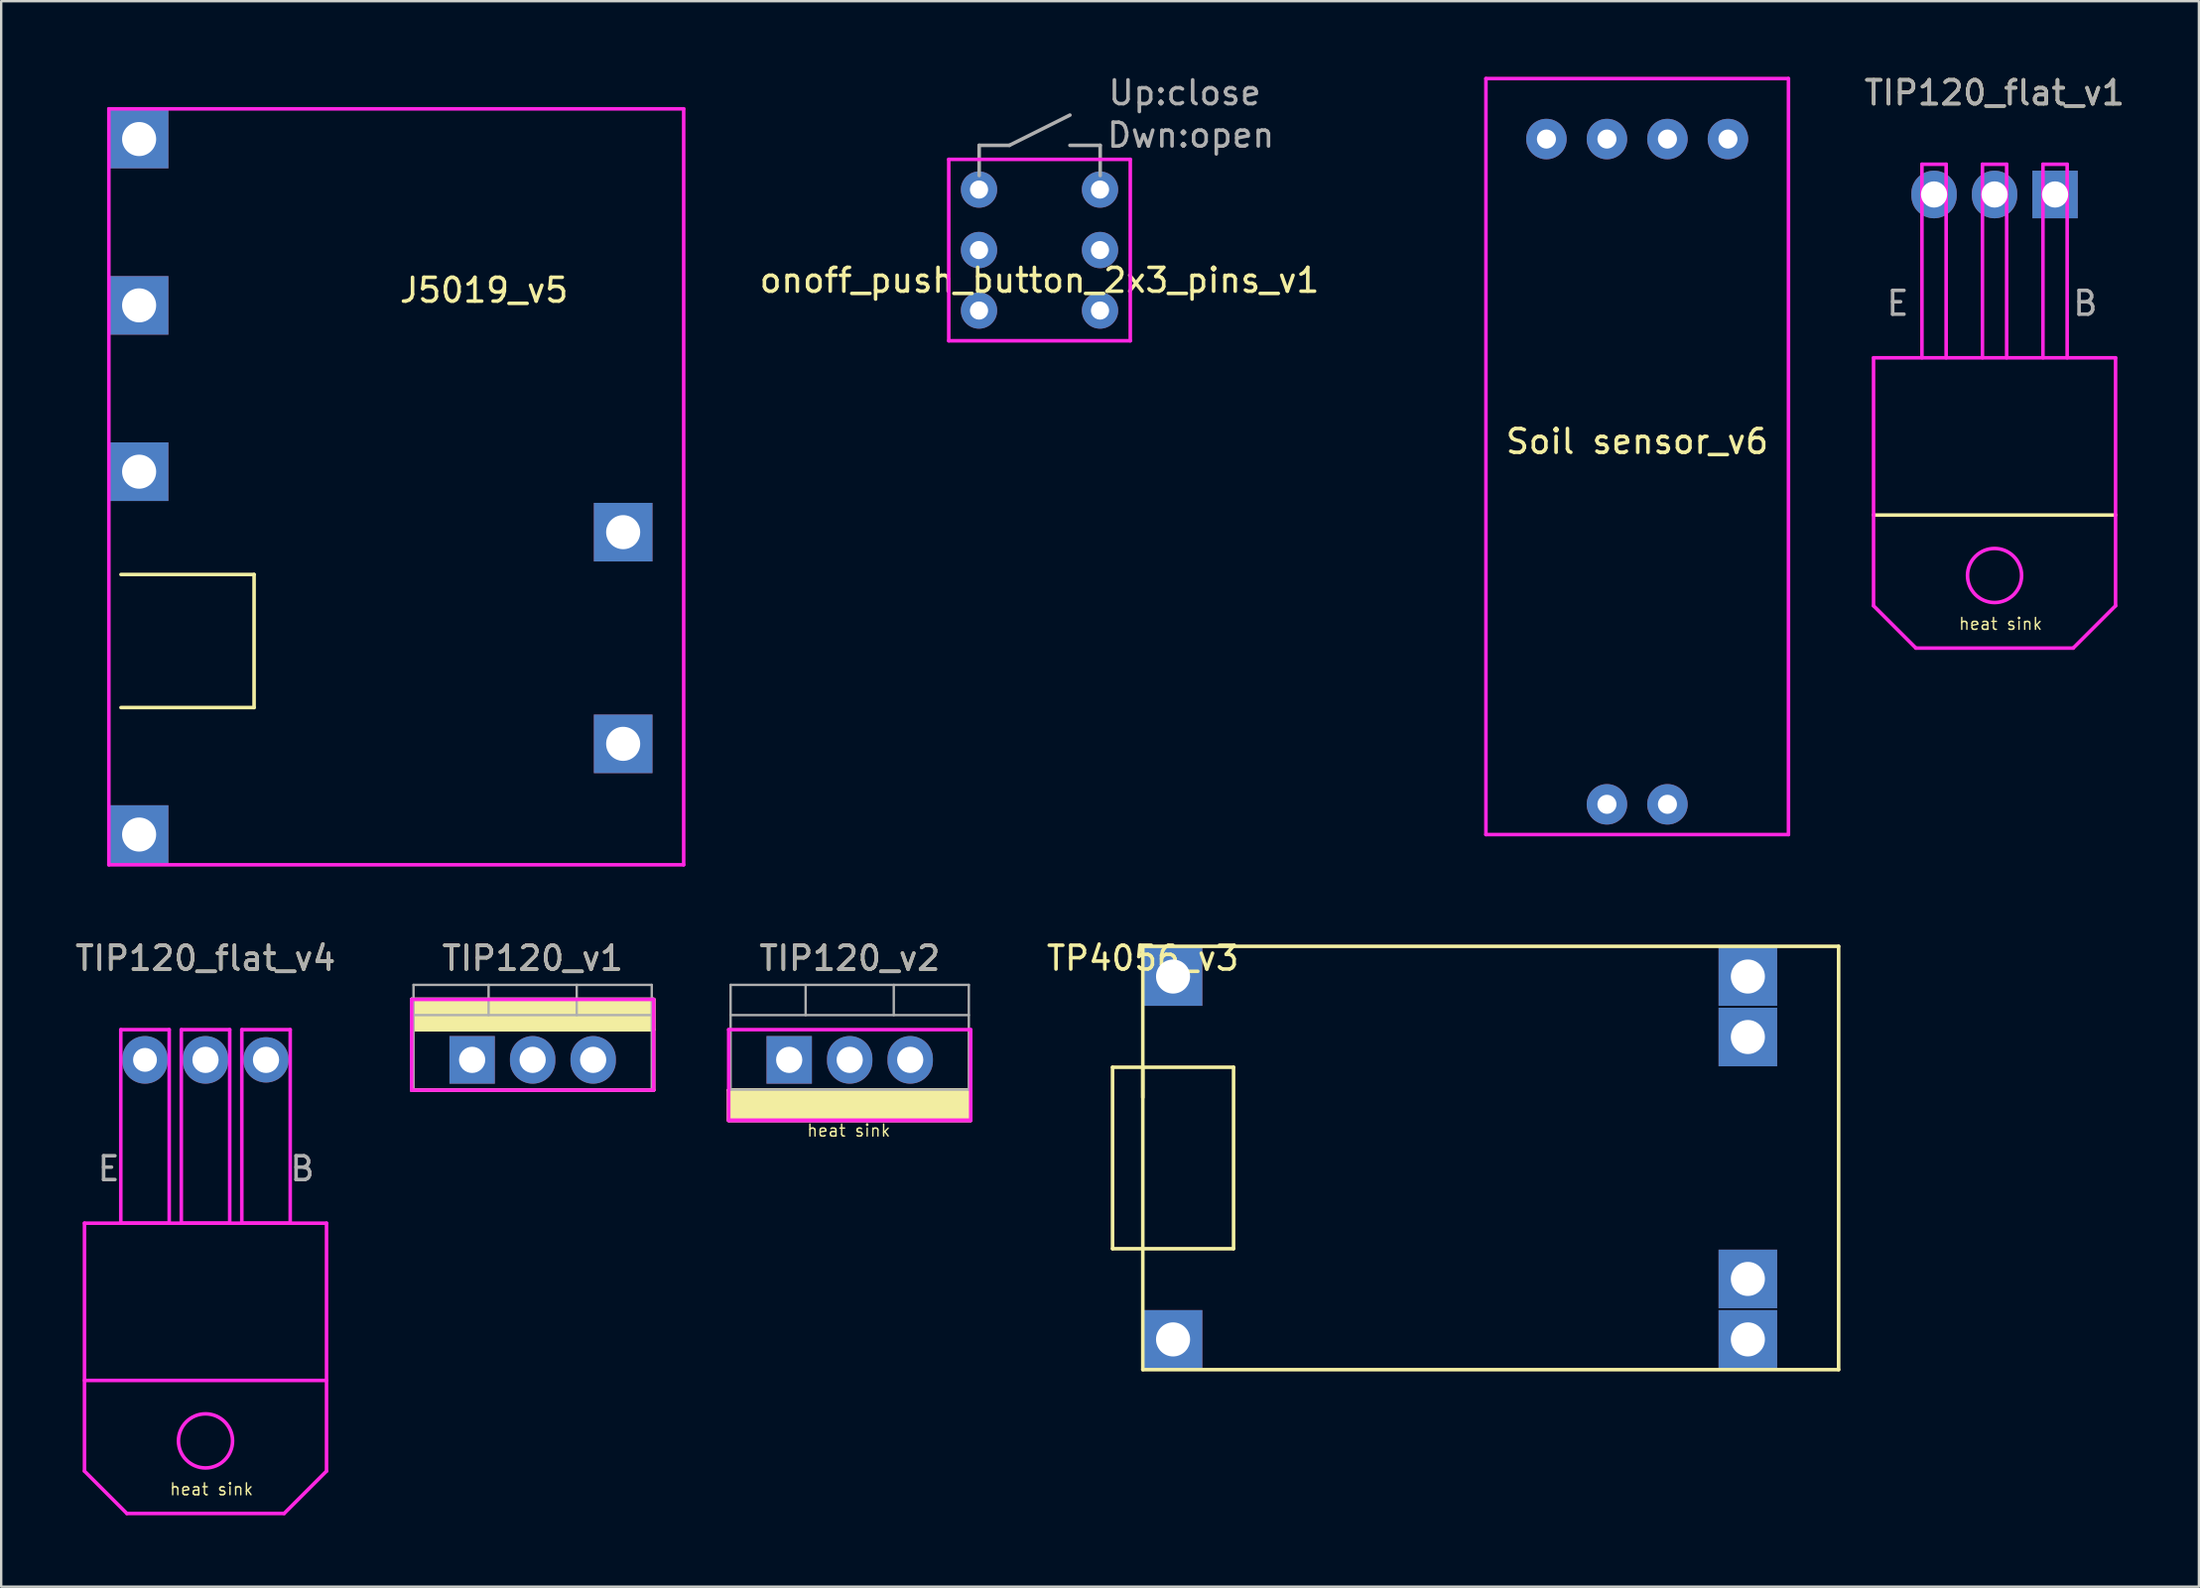
<source format=kicad_pcb>
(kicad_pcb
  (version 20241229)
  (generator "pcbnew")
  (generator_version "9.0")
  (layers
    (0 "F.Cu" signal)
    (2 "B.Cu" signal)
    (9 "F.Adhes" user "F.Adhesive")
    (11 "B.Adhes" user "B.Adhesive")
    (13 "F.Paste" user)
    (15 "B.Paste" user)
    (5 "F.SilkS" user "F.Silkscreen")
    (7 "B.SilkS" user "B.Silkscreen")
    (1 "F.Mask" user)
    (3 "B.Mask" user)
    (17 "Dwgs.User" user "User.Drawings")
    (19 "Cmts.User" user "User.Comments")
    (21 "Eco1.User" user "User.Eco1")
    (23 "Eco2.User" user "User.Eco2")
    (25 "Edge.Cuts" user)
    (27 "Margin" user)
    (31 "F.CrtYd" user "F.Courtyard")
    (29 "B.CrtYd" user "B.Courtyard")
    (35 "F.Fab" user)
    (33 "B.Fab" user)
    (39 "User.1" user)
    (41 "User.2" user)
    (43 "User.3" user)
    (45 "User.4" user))
  (footprint "TIP120_flat_v4"
    (layer "F.Cu")
    (at 3.037 41.463)
    (property "Reference" "TIP120_flat_v4" (at 2.54 -4.27 0) (layer "F.SilkS") (effects (font (size 1 1) (thickness 0.15))))
    (attr through_hole)
    (fp_line (start -2.54 6.858) (end 7.62 6.858) (stroke (width 0.15) (type solid)) (layer "F.CrtYd"))
    (fp_line (start -2.54 13.462) (end 7.62 13.462) (stroke (width 0.15) (type solid)) (layer "F.CrtYd"))
    (fp_line (start -2.54 17.272) (end -2.54 6.858) (stroke (width 0.15) (type solid)) (layer "F.CrtYd"))
    (fp_line (start -1.016 -1.27) (end 1.016 -1.27) (stroke (width 0.15) (type solid)) (layer "F.CrtYd"))
    (fp_line (start -1.016 6.858) (end -1.016 -1.27) (stroke (width 0.15) (type solid)) (layer "F.CrtYd"))
    (fp_line (start -1.016 6.858) (end 1.016 6.858) (stroke (width 0.15) (type solid)) (layer "F.CrtYd"))
    (fp_line (start -0.762 19.05) (end -2.54 17.272) (stroke (width 0.15) (type solid)) (layer "F.CrtYd"))
    (fp_line (start 1.016 6.858) (end 1.016 -1.27) (stroke (width 0.15) (type solid)) (layer "F.CrtYd"))
    (fp_line (start 1.524 -1.27) (end 3.556 -1.27) (stroke (width 0.15) (type solid)) (layer "F.CrtYd"))
    (fp_line (start 1.524 6.858) (end 1.524 -1.27) (stroke (width 0.15) (type solid)) (layer "F.CrtYd"))
    (fp_line (start 1.524 6.858) (end 3.556 6.858) (stroke (width 0.15) (type solid)) (layer "F.CrtYd"))
    (fp_line (start 3.556 6.858) (end 3.556 -1.27) (stroke (width 0.15) (type solid)) (layer "F.CrtYd"))
    (fp_line (start 4.064 -1.27) (end 6.096 -1.27) (stroke (width 0.15) (type solid)) (layer "F.CrtYd"))
    (fp_line (start 4.064 6.858) (end 4.064 -1.27) (stroke (width 0.15) (type solid)) (layer "F.CrtYd"))
    (fp_line (start 4.064 6.858) (end 6.096 6.858) (stroke (width 0.15) (type solid)) (layer "F.CrtYd"))
    (fp_line (start 5.842 19.05) (end -0.762 19.05) (stroke (width 0.15) (type solid)) (layer "F.CrtYd"))
    (fp_line (start 6.096 6.858) (end 6.096 -1.27) (stroke (width 0.15) (type solid)) (layer "F.CrtYd"))
    (fp_line (start 7.62 6.858) (end 7.62 17.272) (stroke (width 0.15) (type solid)) (layer "F.CrtYd"))
    (fp_line (start 7.62 17.272) (end 5.842 19.05) (stroke (width 0.15) (type solid)) (layer "F.CrtYd"))
    (fp_circle (center 2.54 16.002) (end 3.676 16.002) (stroke (width 0.15) (type solid)) (fill no) (layer "F.CrtYd"))
    (fp_text user "heat sink" (at 2.794 18.034 0) (layer "F.SilkS") (effects (font (size 0.5 0.5) (thickness 0.06))))
    (fp_text user "${REFERENCE}" (at 2.54 -4.27 0) (layer "F.Fab") (effects (font (size 1 1) (thickness 0.15))))
    (fp_text user "E" (at -1.524 4.572 0) (layer "F.Fab") (effects (font (size 1 1) (thickness 0.15))))
    (fp_text user "B" (at 6.604 4.572 0) (layer "F.Fab") (effects (font (size 1 1) (thickness 0.15))))
    (pad "1" thru_hole circle (at 5.08 0) (size 1.905 1.905) (drill 1.1) (layers "*.Cu" "*.Mask"))
    (pad "2" thru_hole oval (at 2.54 0) (size 1.905 2) (drill 1.1) (layers "*.Cu" "*.Mask"))
    (pad "3" thru_hole oval (at 0 0) (size 1.905 2) (drill 1) (layers "*.Cu" "*.Mask")))
  (footprint "J5019_v5"
    (layer "F.Cu")
    (at 0.25 0.25)
    (property "Reference" "J5019_v5" (at 17.018 8.89 0) (layer "F.SilkS") (effects (font (size 1 1) (thickness 0.15))))
    (attr through_hole)
    (fp_line (start 1.778 20.828) (end 7.366 20.828) (stroke (width 0.15) (type solid)) (layer "F.SilkS"))
    (fp_line (start 7.366 20.828) (end 7.366 26.416) (stroke (width 0.15) (type solid)) (layer "F.SilkS"))
    (fp_line (start 7.366 26.416) (end 1.778 26.416) (stroke (width 0.15) (type solid)) (layer "F.SilkS"))
    (fp_line (start 1.27 1.27) (end 1.27 33.02) (stroke (width 0.15) (type solid)) (layer "F.CrtYd"))
    (fp_line (start 1.27 33.02) (end 25.4 33.02) (stroke (width 0.15) (type solid)) (layer "F.CrtYd"))
    (fp_line (start 25.4 1.27) (end 1.27 1.27) (stroke (width 0.15) (type solid)) (layer "F.CrtYd"))
    (fp_line (start 25.4 1.27) (end 25.4 33.02) (stroke (width 0.15) (type solid)) (layer "F.CrtYd"))
    (pad "1" thru_hole rect (at 2.54 9.525) (size 2.46 2.46) (drill 1.43) (layers "*.Cu" "*.Mask"))
    (pad "2" thru_hole rect (at 22.86 27.94) (size 2.46 2.46) (drill 1.43) (layers "*.Cu" "*.Mask"))
    (pad "3" thru_hole rect (at 22.86 19.05) (size 2.46 2.46) (drill 1.43) (layers "*.Cu" "*.Mask"))
    (pad "4" thru_hole rect (at 2.54 2.54) (size 2.46 2.46) (drill 1.43) (layers "*.Cu" "*.Mask"))
    (pad "5" thru_hole rect (at 2.54 16.51) (size 2.46 2.46) (drill 1.43) (layers "*.Cu" "*.Mask"))
    (pad "6" thru_hole rect (at 2.54 31.75) (size 2.46 2.46) (drill 1.43) (layers "*.Cu" "*.Mask")))
  (footprint "TIP120_v1"
    (layer "F.Cu")
    (at 16.77 41.463)
    (property "Reference" "TIP120_v1" (at 2.54 -4.27 0) (layer "F.SilkS") (effects (font (size 1 1) (thickness 0.15))))
    (attr through_hole)
    (fp_line (start -2.54 -2.54) (end -2.54 -1.27) (stroke (width 0.15) (type solid)) (layer "F.SilkS"))
    (fp_line (start -2.54 -2.54) (end -2.54 1.27) (stroke (width 0.15) (type solid)) (layer "F.SilkS"))
    (fp_line (start -2.54 -1.27) (end 7.62 -1.27) (stroke (width 0.15) (type solid)) (layer "F.SilkS"))
    (fp_line (start -2.54 1.27) (end 7.62 1.27) (stroke (width 0.15) (type solid)) (layer "F.SilkS"))
    (fp_line (start 7.62 -2.54) (end -2.54 -2.54) (stroke (width 0.15) (type solid)) (layer "F.SilkS"))
    (fp_line (start 7.62 1.27) (end 7.62 -2.54) (stroke (width 0.15) (type solid)) (layer "F.SilkS"))
    (fp_poly (pts (xy 7.62 -2.54) (xy -2.54 -2.54) (xy -2.54 -1.27) (xy 7.62 -1.27)) (stroke (width 0.15) (type solid)) (fill yes) (layer "F.SilkS"))
    (fp_line (start -2.54 -2.54) (end 7.62 -2.54) (stroke (width 0.15) (type solid)) (layer "F.CrtYd"))
    (fp_line (start -2.54 1.27) (end -2.54 -2.54) (stroke (width 0.15) (type solid)) (layer "F.CrtYd"))
    (fp_line (start 7.62 -2.54) (end 7.62 1.27) (stroke (width 0.15) (type solid)) (layer "F.CrtYd"))
    (fp_line (start 7.62 1.27) (end -2.54 1.27) (stroke (width 0.15) (type solid)) (layer "F.CrtYd"))
    (fp_line (start -2.46 -3.15) (end -2.46 1.25) (stroke (width 0.1) (type solid)) (layer "F.Fab"))
    (fp_line (start -2.46 -1.88) (end 7.54 -1.88) (stroke (width 0.1) (type solid)) (layer "F.Fab"))
    (fp_line (start -2.46 1.25) (end 7.54 1.25) (stroke (width 0.1) (type solid)) (layer "F.Fab"))
    (fp_line (start 0.69 -3.15) (end 0.69 -1.88) (stroke (width 0.1) (type solid)) (layer "F.Fab"))
    (fp_line (start 4.39 -3.15) (end 4.39 -1.88) (stroke (width 0.1) (type solid)) (layer "F.Fab"))
    (fp_line (start 7.54 -3.15) (end -2.46 -3.15) (stroke (width 0.1) (type solid)) (layer "F.Fab"))
    (fp_line (start 7.54 1.25) (end 7.54 -3.15) (stroke (width 0.1) (type solid)) (layer "F.Fab"))
    (fp_text user "${REFERENCE}" (at 2.54 -4.27 0) (layer "F.Fab") (effects (font (size 1 1) (thickness 0.15))))
    (pad "1" thru_hole rect (at 0 0) (size 1.905 2) (drill 1.1) (layers "*.Cu" "*.Mask"))
    (pad "2" thru_hole oval (at 2.54 0) (size 1.905 2) (drill 1.1) (layers "*.Cu" "*.Mask"))
    (pad "3" thru_hole oval (at 5.08 0) (size 1.905 2) (drill 1.1) (layers "*.Cu" "*.Mask")))
  (footprint "TIP120_flat_v1"
    (layer "F.Cu")
    (at 78.14 5.118)
    (property "Reference" "TIP120_flat_v1" (at 2.54 -4.27 0) (layer "F.SilkS") (effects (font (size 1 1) (thickness 0.15))))
    (attr through_hole)
    (fp_line (start -2.54 13.462) (end 7.62 13.462) (stroke (width 0.15) (type solid)) (layer "F.SilkS"))
    (fp_line (start -2.54 6.858) (end 7.62 6.858) (stroke (width 0.15) (type solid)) (layer "F.CrtYd"))
    (fp_line (start -2.54 17.272) (end -2.54 6.858) (stroke (width 0.15) (type solid)) (layer "F.CrtYd"))
    (fp_line (start -0.762 19.05) (end -2.54 17.272) (stroke (width 0.15) (type solid)) (layer "F.CrtYd"))
    (fp_line (start -0.508 -1.27) (end 0.508 -1.27) (stroke (width 0.15) (type solid)) (layer "F.CrtYd"))
    (fp_line (start -0.508 6.858) (end -0.508 -1.27) (stroke (width 0.15) (type solid)) (layer "F.CrtYd"))
    (fp_line (start 0.508 6.858) (end 0.508 -1.27) (stroke (width 0.15) (type solid)) (layer "F.CrtYd"))
    (fp_line (start 2.032 -1.27) (end 3.048 -1.27) (stroke (width 0.15) (type solid)) (layer "F.CrtYd"))
    (fp_line (start 2.032 6.858) (end 2.032 -1.27) (stroke (width 0.15) (type solid)) (layer "F.CrtYd"))
    (fp_line (start 3.048 6.858) (end 3.048 -1.27) (stroke (width 0.15) (type solid)) (layer "F.CrtYd"))
    (fp_line (start 4.572 -1.27) (end 5.588 -1.27) (stroke (width 0.15) (type solid)) (layer "F.CrtYd"))
    (fp_line (start 4.572 6.858) (end 4.572 -1.27) (stroke (width 0.15) (type solid)) (layer "F.CrtYd"))
    (fp_line (start 5.588 6.858) (end 5.588 -1.27) (stroke (width 0.15) (type solid)) (layer "F.CrtYd"))
    (fp_line (start 5.842 19.05) (end -0.762 19.05) (stroke (width 0.15) (type solid)) (layer "F.CrtYd"))
    (fp_line (start 7.62 6.858) (end 7.62 17.272) (stroke (width 0.15) (type solid)) (layer "F.CrtYd"))
    (fp_line (start 7.62 17.272) (end 5.842 19.05) (stroke (width 0.15) (type solid)) (layer "F.CrtYd"))
    (fp_circle (center 2.54 16.002) (end 3.556 16.51) (stroke (width 0.15) (type solid)) (fill no) (layer "F.CrtYd"))
    (fp_text user "heat sink" (at 2.794 18.034 0) (layer "F.SilkS") (effects (font (size 0.5 0.5) (thickness 0.06))))
    (fp_text user "E" (at -1.524 4.572 0) (layer "F.Fab") (effects (font (size 1 1) (thickness 0.15))))
    (fp_text user "${REFERENCE}" (at 2.54 -4.27 0) (layer "F.Fab") (effects (font (size 1 1) (thickness 0.15))))
    (fp_text user "B" (at 6.35 4.572 0) (layer "F.Fab") (effects (font (size 1 1) (thickness 0.15))))
    (pad "1" thru_hole rect (at 5.08 0) (size 1.905 2) (drill 1.1) (layers "*.Cu" "*.Mask"))
    (pad "2" thru_hole oval (at 2.54 0) (size 1.905 2) (drill 1.1) (layers "*.Cu" "*.Mask"))
    (pad "3" thru_hole oval (at 0 0) (size 1.905 2) (drill 1.1) (layers "*.Cu" "*.Mask")))
  (footprint "Soil sensor_v6"
    (layer "F.Cu")
    (at 59.328 0.25)
    (property "Reference" "Soil sensor_v6" (at 6.35 15.24 0) (layer "F.SilkS") (effects (font (size 1 1) (thickness 0.15))))
    (attr through_hole)
    (fp_line (start 0 0) (end 0 31.75) (stroke (width 0.15) (type solid)) (layer "F.CrtYd"))
    (fp_line (start 0 31.75) (end 12.7 31.75) (stroke (width 0.15) (type solid)) (layer "F.CrtYd"))
    (fp_line (start 12.7 0) (end 0 0) (stroke (width 0.15) (type solid)) (layer "F.CrtYd"))
    (fp_line (start 12.7 31.75) (end 12.7 0) (stroke (width 0.15) (type solid)) (layer "F.CrtYd"))
    (pad "+" thru_hole circle (at 5.08 30.48) (size 1.7 1.7) (drill 0.8) (layers "*.Cu" "*.Mask"))
    (pad "-" thru_hole circle (at 7.62 30.48) (size 1.7 1.7) (drill 0.8) (layers "*.Cu" "*.Mask"))
    (pad "A0" thru_hole circle (at 10.16 2.54) (size 1.7 1.7) (drill 0.8) (layers "*.Cu" "*.Mask"))
    (pad "D0" thru_hole circle (at 7.62 2.54) (size 1.7 1.7) (drill 0.8) (layers "*.Cu" "*.Mask"))
    (pad "GND" thru_hole circle (at 5.08 2.54) (size 1.7 1.7) (drill 0.8) (layers "*.Cu" "*.Mask"))
    (pad "VCC" thru_hole circle (at 2.54 2.54) (size 1.7 1.7) (drill 0.8) (layers "*.Cu" "*.Mask")))
  (footprint "TP4056_v3"
    (layer "F.Cu")
    (at 44.924 36.693)
    (property "Reference" "TP4056_v3" (at 0 0.5 0) (layer "F.SilkS") (effects (font (size 1 1) (thickness 0.15))))
    (attr through_hole)
    (fp_line (start -1.27 5.08) (end -1.27 12.7) (stroke (width 0.15) (type solid)) (layer "F.SilkS"))
    (fp_line (start -1.27 12.7) (end 3.81 12.7) (stroke (width 0.15) (type solid)) (layer "F.SilkS"))
    (fp_line (start 0 0) (end 29.21 0) (stroke (width 0.15) (type solid)) (layer "F.SilkS"))
    (fp_line (start 0 5.08) (end -1.27 5.08) (stroke (width 0.15) (type solid)) (layer "F.SilkS"))
    (fp_line (start 0 6.35) (end 0 5.08) (stroke (width 0.15) (type solid)) (layer "F.SilkS"))
    (fp_line (start 0 17.78) (end 0 0) (stroke (width 0.15) (type solid)) (layer "F.SilkS"))
    (fp_line (start 3.81 5.08) (end 0 5.08) (stroke (width 0.15) (type solid)) (layer "F.SilkS"))
    (fp_line (start 3.81 12.7) (end 3.81 5.08) (stroke (width 0.15) (type solid)) (layer "F.SilkS"))
    (fp_line (start 29.21 0) (end 29.21 17.78) (stroke (width 0.15) (type solid)) (layer "F.SilkS"))
    (fp_line (start 29.21 17.78) (end 0 17.78) (stroke (width 0.15) (type solid)) (layer "F.SilkS"))
    (pad "1" thru_hole rect (at 25.4 1.27) (size 2.46 2.46) (drill 1.43) (layers "*.Cu" "*.Mask"))
    (pad "2" thru_hole rect (at 25.4 3.81) (size 2.46 2.46) (drill 1.43) (layers "*.Cu" "*.Mask"))
    (pad "3" thru_hole rect (at 25.4 13.97) (size 2.46 2.46) (drill 1.43) (layers "*.Cu" "*.Mask"))
    (pad "4" thru_hole rect (at 25.4 16.51) (size 2.46 2.46) (drill 1.43) (layers "*.Cu" "*.Mask"))
    (pad "5" thru_hole rect (at 1.27 16.51) (size 2.46 2.46) (drill 1.43) (layers "*.Cu" "*.Mask"))
    (pad "6" thru_hole rect (at 1.27 1.27) (size 2.46 2.46) (drill 1.43) (layers "*.Cu" "*.Mask")))
  (footprint "onoff_push_button_2x3_pins_v1"
    (layer "F.Cu")
    (at 55.828 12.532)
    (property "Reference" "onoff_push_button_2x3_pins_v1" (at -15.24 -3.81 0) (layer "F.SilkS") (effects (font (size 1 1) (thickness 0.15))))
    (attr through_hole)
    (fp_line (start -19.05 -8.89) (end -11.43 -8.89) (stroke (width 0.15) (type solid)) (layer "F.CrtYd"))
    (fp_line (start -19.05 -1.27) (end -19.05 -8.89) (stroke (width 0.15) (type solid)) (layer "F.CrtYd"))
    (fp_line (start -11.43 -8.89) (end -11.43 -1.27) (stroke (width 0.15) (type solid)) (layer "F.CrtYd"))
    (fp_line (start -11.43 -1.27) (end -19.05 -1.27) (stroke (width 0.15) (type solid)) (layer "F.CrtYd"))
    (fp_line (start -17.773 -9.479) (end -16.503 -9.479) (stroke (width 0.15) (type solid)) (layer "F.Fab"))
    (fp_line (start -17.773 -8.209) (end -17.773 -9.479) (stroke (width 0.15) (type solid)) (layer "F.Fab"))
    (fp_line (start -16.503 -9.479) (end -13.963 -10.749) (stroke (width 0.15) (type solid)) (layer "F.Fab"))
    (fp_line (start -12.693 -9.479) (end -13.963 -9.479) (stroke (width 0.15) (type solid)) (layer "F.Fab"))
    (fp_line (start -12.693 -8.209) (end -12.693 -9.479) (stroke (width 0.15) (type solid)) (layer "F.Fab"))
    (fp_text user "Up:close" (at -9.144 -11.684 0) (layer "F.Fab") (effects (font (size 1 1) (thickness 0.15))))
    (fp_text user "Dwn:open" (at -8.89 -9.906 0) (layer "F.Fab") (effects (font (size 1 1) (thickness 0.15))))
    (pad "1" thru_hole circle (at -17.78 -7.62) (size 1.524 1.524) (drill 0.762) (layers "*.Cu" "*.Mask"))
    (pad "2" thru_hole circle (at -12.7 -7.62) (size 1.524 1.524) (drill 0.762) (layers "*.Cu" "*.Mask"))
    (pad "NA" thru_hole circle (at -17.78 -5.08) (size 1.524 1.524) (drill 0.762) (layers "*.Cu" "*.Mask"))
    (pad "NA" thru_hole circle (at -17.78 -2.54) (size 1.524 1.524) (drill 0.762) (layers "*.Cu" "*.Mask"))
    (pad "NA" thru_hole circle (at -12.7 -5.08) (size 1.524 1.524) (drill 0.762) (layers "*.Cu" "*.Mask"))
    (pad "NA" thru_hole circle (at -12.7 -2.54) (size 1.524 1.524) (drill 0.762) (layers "*.Cu" "*.Mask")))
  (footprint "TIP120_v2"
    (layer "F.Cu")
    (at 30.08 41.463)
    (property "Reference" "TIP120_v2" (at 2.54 -4.27 0) (layer "F.SilkS") (effects (font (size 1 1) (thickness 0.15))))
    (attr through_hole)
    (fp_line (start -2.54 1.27) (end -2.54 2.54) (stroke (width 0.15) (type solid)) (layer "F.SilkS"))
    (fp_line (start -2.54 1.27) (end 7.62 1.27) (stroke (width 0.15) (type solid)) (layer "F.SilkS"))
    (fp_line (start -2.54 2.54) (end 7.62 2.54) (stroke (width 0.15) (type solid)) (layer "F.SilkS"))
    (fp_line (start 7.62 1.27) (end -2.54 1.27) (stroke (width 0.15) (type solid)) (layer "F.SilkS"))
    (fp_poly (pts (xy 7.62 1.27) (xy -2.54 1.27) (xy -2.54 2.54) (xy 7.62 2.54)) (stroke (width 0.15) (type solid)) (fill yes) (layer "F.SilkS"))
    (fp_line (start -2.54 2.54) (end -2.54 -1.27) (stroke (width 0.15) (type solid)) (layer "F.CrtYd"))
    (fp_line (start -2.54 2.54) (end 7.62 2.54) (stroke (width 0.15) (type solid)) (layer "F.CrtYd"))
    (fp_line (start 7.62 -1.27) (end -2.54 -1.27) (stroke (width 0.15) (type solid)) (layer "F.CrtYd"))
    (fp_line (start 7.62 -1.27) (end 7.62 2.54) (stroke (width 0.15) (type solid)) (layer "F.CrtYd"))
    (fp_line (start 7.62 2.54) (end -2.54 2.54) (stroke (width 0.15) (type solid)) (layer "F.CrtYd"))
    (fp_line (start -2.46 -3.15) (end -2.46 1.25) (stroke (width 0.1) (type solid)) (layer "F.Fab"))
    (fp_line (start -2.46 -1.88) (end 7.54 -1.88) (stroke (width 0.1) (type solid)) (layer "F.Fab"))
    (fp_line (start -2.46 1.25) (end 7.54 1.25) (stroke (width 0.1) (type solid)) (layer "F.Fab"))
    (fp_line (start 0.69 -3.15) (end 0.69 -1.88) (stroke (width 0.1) (type solid)) (layer "F.Fab"))
    (fp_line (start 4.39 -3.15) (end 4.39 -1.88) (stroke (width 0.1) (type solid)) (layer "F.Fab"))
    (fp_line (start 7.54 -3.15) (end -2.46 -3.15) (stroke (width 0.1) (type solid)) (layer "F.Fab"))
    (fp_line (start 7.54 1.25) (end 7.54 -3.15) (stroke (width 0.1) (type solid)) (layer "F.Fab"))
    (fp_text user "heat sink" (at 2.5 2.97 0) (layer "F.SilkS") (effects (font (size 0.5 0.5) (thickness 0.06))))
    (fp_text user "${REFERENCE}" (at 2.54 -4.27 0) (layer "F.Fab") (effects (font (size 1 1) (thickness 0.15))))
    (pad "1" thru_hole rect (at 0 0) (size 1.905 2) (drill 1.1) (layers "*.Cu" "*.Mask"))
    (pad "2" thru_hole oval (at 2.54 0) (size 1.905 2) (drill 1.1) (layers "*.Cu" "*.Mask"))
    (pad "3" thru_hole oval (at 5.08 0) (size 1.905 2) (drill 1.1) (layers "*.Cu" "*.Mask")))
  (gr_rect
    (start -3 -3)
    (end 89.258 63.588)
    (stroke (width 0.1) (type default))
    (fill no)
    (layer "Edge.Cuts")))
</source>
